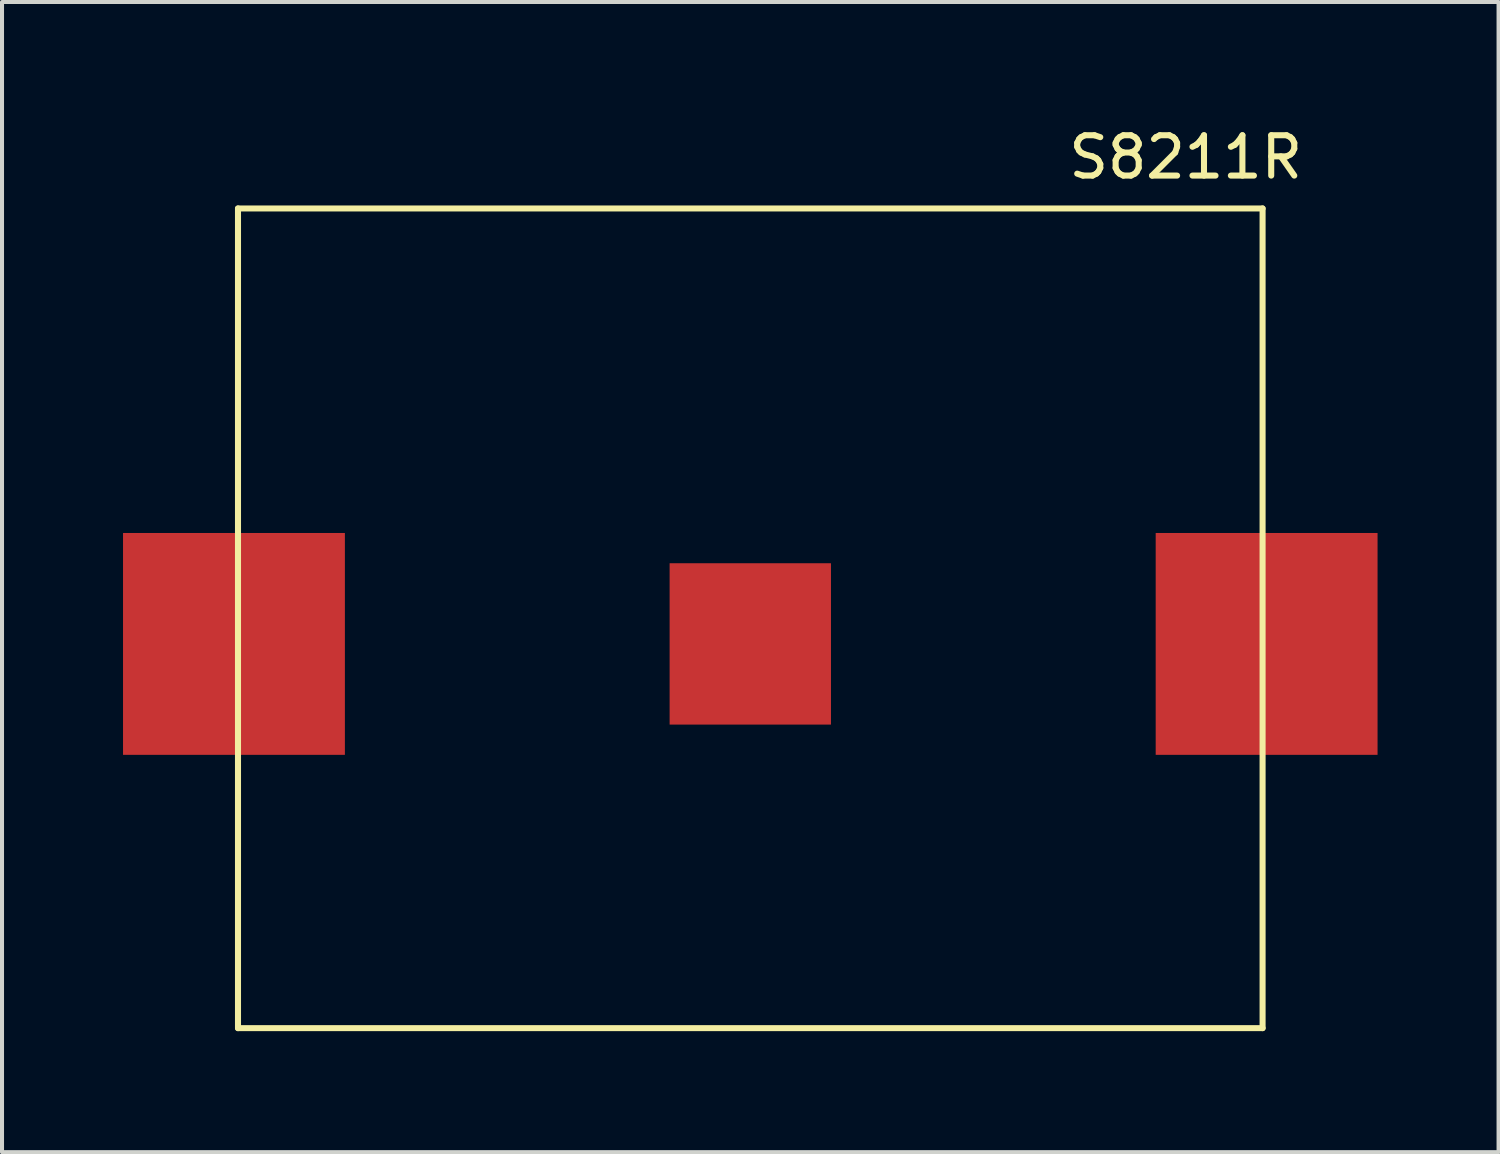
<source format=kicad_pcb>
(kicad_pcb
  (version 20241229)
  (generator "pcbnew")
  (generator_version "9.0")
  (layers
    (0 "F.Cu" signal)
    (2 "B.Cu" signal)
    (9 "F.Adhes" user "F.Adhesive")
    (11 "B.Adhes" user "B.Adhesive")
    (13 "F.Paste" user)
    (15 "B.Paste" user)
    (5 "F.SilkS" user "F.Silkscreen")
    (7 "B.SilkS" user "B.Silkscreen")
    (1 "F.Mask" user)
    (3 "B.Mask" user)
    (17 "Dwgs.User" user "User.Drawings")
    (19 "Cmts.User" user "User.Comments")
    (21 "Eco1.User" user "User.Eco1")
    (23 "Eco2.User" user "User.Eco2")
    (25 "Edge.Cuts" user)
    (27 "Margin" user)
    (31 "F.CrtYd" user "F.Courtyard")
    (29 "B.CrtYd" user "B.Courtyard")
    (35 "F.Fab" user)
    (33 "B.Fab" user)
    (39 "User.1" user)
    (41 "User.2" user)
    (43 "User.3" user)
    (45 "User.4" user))
  (footprint "S8211R"
    (layer "F.Cu")
    (at 15.55 12.913)
    (property "Reference" "S8211R" (at 10.795 -12.065 0) (layer "F.SilkS") (effects (font (size 1 1) (thickness 0.15))))
    (attr through_hole)
    (fp_line (start -12.7 -10.795) (end 12.7 -10.795) (stroke (width 0.15) (type solid)) (layer "F.SilkS"))
    (fp_line (start -12.7 9.525) (end -12.7 -10.795) (stroke (width 0.15) (type solid)) (layer "F.SilkS"))
    (fp_line (start 12.7 -10.795) (end 12.7 9.525) (stroke (width 0.15) (type solid)) (layer "F.SilkS"))
    (fp_line (start 12.7 9.525) (end -12.7 9.525) (stroke (width 0.15) (type solid)) (layer "F.SilkS"))
    (pad "1" smd rect (at -12.8 0) (size 5.5 5.5) (layers "F.Cu" "F.Mask" "F.Paste"))
    (pad "1" smd rect (at 12.8 0) (size 5.5 5.5) (layers "F.Cu" "F.Mask" "F.Paste"))
    (pad "2" smd rect (at 0 0) (size 4 4) (layers "F.Cu" "F.Mask" "F.Paste")))
  (gr_rect
    (start -3 -3)
    (end 34.1 25.513)
    (stroke (width 0.1) (type default))
    (fill no)
    (layer "Edge.Cuts")))
</source>
